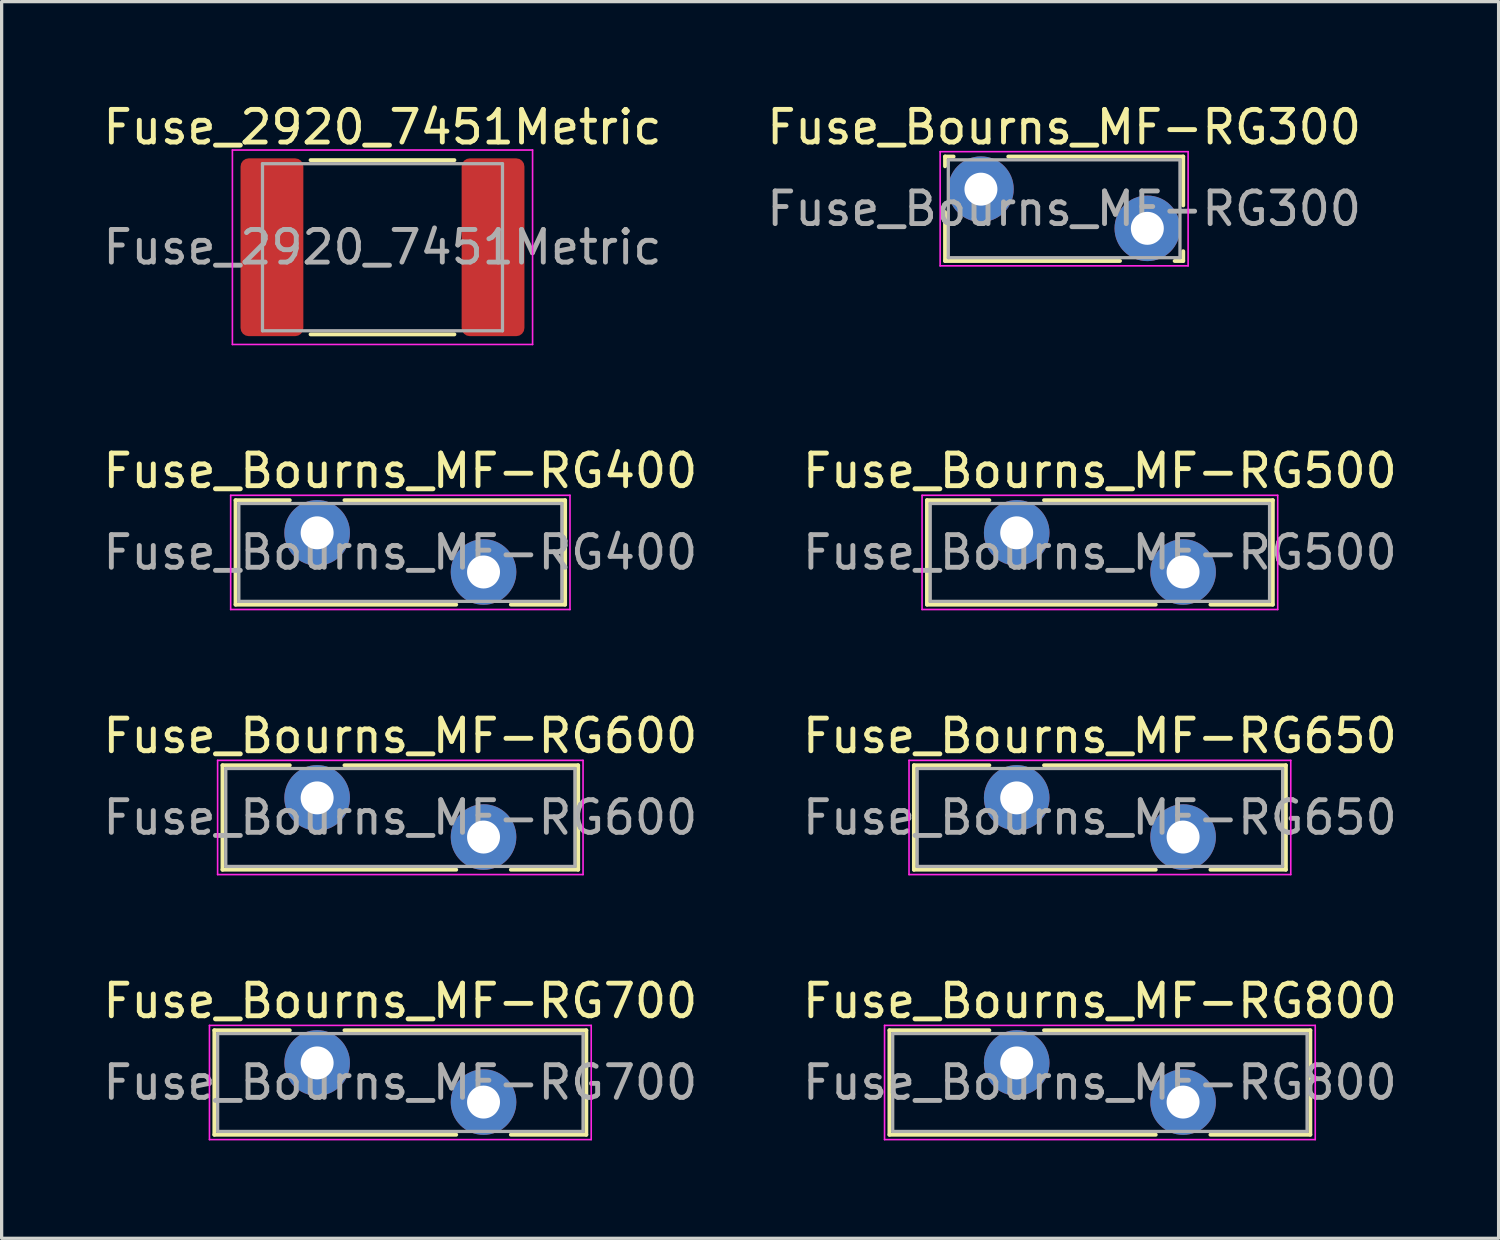
<source format=kicad_pcb>
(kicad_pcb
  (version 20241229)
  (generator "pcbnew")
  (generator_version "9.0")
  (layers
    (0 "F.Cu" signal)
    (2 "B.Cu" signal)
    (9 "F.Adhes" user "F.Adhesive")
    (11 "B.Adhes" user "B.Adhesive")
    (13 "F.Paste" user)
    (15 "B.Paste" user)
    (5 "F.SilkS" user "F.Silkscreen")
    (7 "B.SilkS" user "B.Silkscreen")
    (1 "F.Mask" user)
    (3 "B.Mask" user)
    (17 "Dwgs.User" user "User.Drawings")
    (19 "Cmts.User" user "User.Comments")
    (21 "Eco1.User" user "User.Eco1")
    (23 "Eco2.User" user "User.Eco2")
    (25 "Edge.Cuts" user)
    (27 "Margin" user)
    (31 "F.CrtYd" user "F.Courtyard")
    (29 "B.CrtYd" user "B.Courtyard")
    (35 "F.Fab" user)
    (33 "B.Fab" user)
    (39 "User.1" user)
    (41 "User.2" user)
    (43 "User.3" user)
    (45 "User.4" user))
  (footprint "Fuse_Bourns_MF-RG500"
    (layer "F.Cu")
    (at 28.111 13.281)
    (property "Reference" "Fuse_Bourns_MF-RG500" (at 2.55 -1.9 0) (layer "F.SilkS") (effects (font (size 1 1) (thickness 0.15))))
    (attr through_hole)
    (fp_line (start -2.75 -1) (end -0.838 -1) (stroke (width 0.12) (type solid)) (layer "F.SilkS"))
    (fp_line (start -2.75 2.2) (end -2.75 -1) (stroke (width 0.12) (type solid)) (layer "F.SilkS"))
    (fp_line (start 0.838 -1) (end 7.85 -1) (stroke (width 0.12) (type solid)) (layer "F.SilkS"))
    (fp_line (start 4.262 2.2) (end -2.75 2.2) (stroke (width 0.12) (type solid)) (layer "F.SilkS"))
    (fp_line (start 7.85 -1) (end 7.85 2.2) (stroke (width 0.12) (type solid)) (layer "F.SilkS"))
    (fp_line (start 7.85 2.2) (end 5.938 2.2) (stroke (width 0.12) (type solid)) (layer "F.SilkS"))
    (fp_line (start -2.9 -1.15) (end -2.9 2.35) (stroke (width 0.05) (type solid)) (layer "F.CrtYd"))
    (fp_line (start -2.9 2.35) (end 8 2.35) (stroke (width 0.05) (type solid)) (layer "F.CrtYd"))
    (fp_line (start 8 -1.15) (end -2.9 -1.15) (stroke (width 0.05) (type solid)) (layer "F.CrtYd"))
    (fp_line (start 8 2.35) (end 8 -1.15) (stroke (width 0.05) (type solid)) (layer "F.CrtYd"))
    (fp_line (start -2.65 -0.9) (end -2.65 2.1) (stroke (width 0.1) (type solid)) (layer "F.Fab"))
    (fp_line (start -2.65 2.1) (end 7.75 2.1) (stroke (width 0.1) (type solid)) (layer "F.Fab"))
    (fp_line (start 7.75 -0.9) (end -2.65 -0.9) (stroke (width 0.1) (type solid)) (layer "F.Fab"))
    (fp_line (start 7.75 2.1) (end 7.75 -0.9) (stroke (width 0.1) (type solid)) (layer "F.Fab"))
    (fp_text user "${REFERENCE}" (at 2.55 0.6 0) (layer "F.Fab") (effects (font (size 1 1) (thickness 0.15))))
    (pad "1" thru_hole circle (at 0 0) (size 2.01 2.01) (drill 1.01) (layers "*.Cu" "*.Mask"))
    (pad "2" thru_hole circle (at 5.1 1.2) (size 2.01 2.01) (drill 1.01) (layers "*.Cu" "*.Mask")))
  (footprint "Fuse_Bourns_MF-RG700"
    (layer "F.Cu")
    (at 6.67 29.528)
    (property "Reference" "Fuse_Bourns_MF-RG700" (at 2.55 -1.9 0) (layer "F.SilkS") (effects (font (size 1 1) (thickness 0.15))))
    (attr through_hole)
    (fp_line (start -3.15 -1) (end -0.838 -1) (stroke (width 0.12) (type solid)) (layer "F.SilkS"))
    (fp_line (start -3.15 2.2) (end -3.15 -1) (stroke (width 0.12) (type solid)) (layer "F.SilkS"))
    (fp_line (start 0.838 -1) (end 8.25 -1) (stroke (width 0.12) (type solid)) (layer "F.SilkS"))
    (fp_line (start 4.262 2.2) (end -3.15 2.2) (stroke (width 0.12) (type solid)) (layer "F.SilkS"))
    (fp_line (start 8.25 -1) (end 8.25 2.2) (stroke (width 0.12) (type solid)) (layer "F.SilkS"))
    (fp_line (start 8.25 2.2) (end 5.938 2.2) (stroke (width 0.12) (type solid)) (layer "F.SilkS"))
    (fp_line (start -3.3 -1.15) (end -3.3 2.35) (stroke (width 0.05) (type solid)) (layer "F.CrtYd"))
    (fp_line (start -3.3 2.35) (end 8.4 2.35) (stroke (width 0.05) (type solid)) (layer "F.CrtYd"))
    (fp_line (start 8.4 -1.15) (end -3.3 -1.15) (stroke (width 0.05) (type solid)) (layer "F.CrtYd"))
    (fp_line (start 8.4 2.35) (end 8.4 -1.15) (stroke (width 0.05) (type solid)) (layer "F.CrtYd"))
    (fp_line (start -3.05 -0.9) (end -3.05 2.1) (stroke (width 0.1) (type solid)) (layer "F.Fab"))
    (fp_line (start -3.05 2.1) (end 8.15 2.1) (stroke (width 0.1) (type solid)) (layer "F.Fab"))
    (fp_line (start 8.15 -0.9) (end -3.05 -0.9) (stroke (width 0.1) (type solid)) (layer "F.Fab"))
    (fp_line (start 8.15 2.1) (end 8.15 -0.9) (stroke (width 0.1) (type solid)) (layer "F.Fab"))
    (fp_text user "${REFERENCE}" (at 2.55 0.6 0) (layer "F.Fab") (effects (font (size 1 1) (thickness 0.15))))
    (pad "1" thru_hole circle (at 0 0) (size 2.01 2.01) (drill 1.01) (layers "*.Cu" "*.Mask"))
    (pad "2" thru_hole circle (at 5.1 1.2) (size 2.01 2.01) (drill 1.01) (layers "*.Cu" "*.Mask")))
  (footprint "Fuse_Bourns_MF-RG600"
    (layer "F.Cu")
    (at 6.67 21.405)
    (property "Reference" "Fuse_Bourns_MF-RG600" (at 2.55 -1.9 0) (layer "F.SilkS") (effects (font (size 1 1) (thickness 0.15))))
    (attr through_hole)
    (fp_line (start -2.9 -1) (end -0.838 -1) (stroke (width 0.12) (type solid)) (layer "F.SilkS"))
    (fp_line (start -2.9 2.2) (end -2.9 -1) (stroke (width 0.12) (type solid)) (layer "F.SilkS"))
    (fp_line (start 0.838 -1) (end 8 -1) (stroke (width 0.12) (type solid)) (layer "F.SilkS"))
    (fp_line (start 4.262 2.2) (end -2.9 2.2) (stroke (width 0.12) (type solid)) (layer "F.SilkS"))
    (fp_line (start 8 -1) (end 8 2.2) (stroke (width 0.12) (type solid)) (layer "F.SilkS"))
    (fp_line (start 8 2.2) (end 5.938 2.2) (stroke (width 0.12) (type solid)) (layer "F.SilkS"))
    (fp_line (start -3.05 -1.15) (end -3.05 2.35) (stroke (width 0.05) (type solid)) (layer "F.CrtYd"))
    (fp_line (start -3.05 2.35) (end 8.15 2.35) (stroke (width 0.05) (type solid)) (layer "F.CrtYd"))
    (fp_line (start 8.15 -1.15) (end -3.05 -1.15) (stroke (width 0.05) (type solid)) (layer "F.CrtYd"))
    (fp_line (start 8.15 2.35) (end 8.15 -1.15) (stroke (width 0.05) (type solid)) (layer "F.CrtYd"))
    (fp_line (start -2.8 -0.9) (end -2.8 2.1) (stroke (width 0.1) (type solid)) (layer "F.Fab"))
    (fp_line (start -2.8 2.1) (end 7.9 2.1) (stroke (width 0.1) (type solid)) (layer "F.Fab"))
    (fp_line (start 7.9 -0.9) (end -2.8 -0.9) (stroke (width 0.1) (type solid)) (layer "F.Fab"))
    (fp_line (start 7.9 2.1) (end 7.9 -0.9) (stroke (width 0.1) (type solid)) (layer "F.Fab"))
    (fp_text user "${REFERENCE}" (at 2.55 0.6 0) (layer "F.Fab") (effects (font (size 1 1) (thickness 0.15))))
    (pad "1" thru_hole circle (at 0 0) (size 2.01 2.01) (drill 1.01) (layers "*.Cu" "*.Mask"))
    (pad "2" thru_hole circle (at 5.1 1.2) (size 2.01 2.01) (drill 1.01) (layers "*.Cu" "*.Mask")))
  (footprint "Fuse_Bourns_MF-RG300"
    (layer "F.Cu")
    (at 27.015 2.748)
    (property "Reference" "Fuse_Bourns_MF-RG300" (at 2.55 -1.9 0) (layer "F.SilkS") (effects (font (size 1 1) (thickness 0.15))))
    (attr through_hole)
    (fp_line (start -1.1 -1) (end -0.838 -1) (stroke (width 0.12) (type solid)) (layer "F.SilkS"))
    (fp_line (start -1.1 -0.702) (end -1.1 -1) (stroke (width 0.12) (type solid)) (layer "F.SilkS"))
    (fp_line (start -1.1 2.2) (end -1.1 0.702) (stroke (width 0.12) (type solid)) (layer "F.SilkS"))
    (fp_line (start 0.838 -1) (end 6.2 -1) (stroke (width 0.12) (type solid)) (layer "F.SilkS"))
    (fp_line (start 4.262 2.2) (end -1.1 2.2) (stroke (width 0.12) (type solid)) (layer "F.SilkS"))
    (fp_line (start 6.2 -1) (end 6.2 0.498) (stroke (width 0.12) (type solid)) (layer "F.SilkS"))
    (fp_line (start 6.2 1.902) (end 6.2 2.2) (stroke (width 0.12) (type solid)) (layer "F.SilkS"))
    (fp_line (start 6.2 2.2) (end 5.938 2.2) (stroke (width 0.12) (type solid)) (layer "F.SilkS"))
    (fp_line (start -1.25 -1.15) (end -1.25 2.35) (stroke (width 0.05) (type solid)) (layer "F.CrtYd"))
    (fp_line (start -1.25 2.35) (end 6.35 2.35) (stroke (width 0.05) (type solid)) (layer "F.CrtYd"))
    (fp_line (start 6.35 -1.15) (end -1.25 -1.15) (stroke (width 0.05) (type solid)) (layer "F.CrtYd"))
    (fp_line (start 6.35 2.35) (end 6.35 -1.15) (stroke (width 0.05) (type solid)) (layer "F.CrtYd"))
    (fp_line (start -1 -0.9) (end -1 2.1) (stroke (width 0.1) (type solid)) (layer "F.Fab"))
    (fp_line (start -1 2.1) (end 6.1 2.1) (stroke (width 0.1) (type solid)) (layer "F.Fab"))
    (fp_line (start 6.1 -0.9) (end -1 -0.9) (stroke (width 0.1) (type solid)) (layer "F.Fab"))
    (fp_line (start 6.1 2.1) (end 6.1 -0.9) (stroke (width 0.1) (type solid)) (layer "F.Fab"))
    (fp_text user "${REFERENCE}" (at 2.55 0.6 0) (layer "F.Fab") (effects (font (size 1 1) (thickness 0.15))))
    (pad "1" thru_hole circle (at 0 0) (size 2.01 2.01) (drill 1.01) (layers "*.Cu" "*.Mask"))
    (pad "2" thru_hole circle (at 5.1 1.2) (size 2.01 2.01) (drill 1.01) (layers "*.Cu" "*.Mask")))
  (footprint "Fuse_Bourns_MF-RG800"
    (layer "F.Cu")
    (at 28.111 29.528)
    (property "Reference" "Fuse_Bourns_MF-RG800" (at 2.55 -1.9 0) (layer "F.SilkS") (effects (font (size 1 1) (thickness 0.15))))
    (attr through_hole)
    (fp_line (start -3.9 -1) (end -0.838 -1) (stroke (width 0.12) (type solid)) (layer "F.SilkS"))
    (fp_line (start -3.9 2.2) (end -3.9 -1) (stroke (width 0.12) (type solid)) (layer "F.SilkS"))
    (fp_line (start 0.838 -1) (end 9 -1) (stroke (width 0.12) (type solid)) (layer "F.SilkS"))
    (fp_line (start 4.262 2.2) (end -3.9 2.2) (stroke (width 0.12) (type solid)) (layer "F.SilkS"))
    (fp_line (start 9 -1) (end 9 2.2) (stroke (width 0.12) (type solid)) (layer "F.SilkS"))
    (fp_line (start 9 2.2) (end 5.938 2.2) (stroke (width 0.12) (type solid)) (layer "F.SilkS"))
    (fp_line (start -4.05 -1.15) (end -4.05 2.35) (stroke (width 0.05) (type solid)) (layer "F.CrtYd"))
    (fp_line (start -4.05 2.35) (end 9.15 2.35) (stroke (width 0.05) (type solid)) (layer "F.CrtYd"))
    (fp_line (start 9.15 -1.15) (end -4.05 -1.15) (stroke (width 0.05) (type solid)) (layer "F.CrtYd"))
    (fp_line (start 9.15 2.35) (end 9.15 -1.15) (stroke (width 0.05) (type solid)) (layer "F.CrtYd"))
    (fp_line (start -3.8 -0.9) (end -3.8 2.1) (stroke (width 0.1) (type solid)) (layer "F.Fab"))
    (fp_line (start -3.8 2.1) (end 8.9 2.1) (stroke (width 0.1) (type solid)) (layer "F.Fab"))
    (fp_line (start 8.9 -0.9) (end -3.8 -0.9) (stroke (width 0.1) (type solid)) (layer "F.Fab"))
    (fp_line (start 8.9 2.1) (end 8.9 -0.9) (stroke (width 0.1) (type solid)) (layer "F.Fab"))
    (fp_text user "${REFERENCE}" (at 2.55 0.6 0) (layer "F.Fab") (effects (font (size 1 1) (thickness 0.15))))
    (pad "1" thru_hole circle (at 0 0) (size 2.01 2.01) (drill 1.01) (layers "*.Cu" "*.Mask"))
    (pad "2" thru_hole circle (at 5.1 1.2) (size 2.01 2.01) (drill 1.01) (layers "*.Cu" "*.Mask")))
  (footprint "Fuse_Bourns_MF-RG400"
    (layer "F.Cu")
    (at 6.67 13.281)
    (property "Reference" "Fuse_Bourns_MF-RG400" (at 2.55 -1.9 0) (layer "F.SilkS") (effects (font (size 1 1) (thickness 0.15))))
    (attr through_hole)
    (fp_line (start -2.5 -1) (end -0.838 -1) (stroke (width 0.12) (type solid)) (layer "F.SilkS"))
    (fp_line (start -2.5 2.2) (end -2.5 -1) (stroke (width 0.12) (type solid)) (layer "F.SilkS"))
    (fp_line (start 0.838 -1) (end 7.6 -1) (stroke (width 0.12) (type solid)) (layer "F.SilkS"))
    (fp_line (start 4.262 2.2) (end -2.5 2.2) (stroke (width 0.12) (type solid)) (layer "F.SilkS"))
    (fp_line (start 7.6 -1) (end 7.6 2.2) (stroke (width 0.12) (type solid)) (layer "F.SilkS"))
    (fp_line (start 7.6 2.2) (end 5.938 2.2) (stroke (width 0.12) (type solid)) (layer "F.SilkS"))
    (fp_line (start -2.65 -1.15) (end -2.65 2.35) (stroke (width 0.05) (type solid)) (layer "F.CrtYd"))
    (fp_line (start -2.65 2.35) (end 7.75 2.35) (stroke (width 0.05) (type solid)) (layer "F.CrtYd"))
    (fp_line (start 7.75 -1.15) (end -2.65 -1.15) (stroke (width 0.05) (type solid)) (layer "F.CrtYd"))
    (fp_line (start 7.75 2.35) (end 7.75 -1.15) (stroke (width 0.05) (type solid)) (layer "F.CrtYd"))
    (fp_line (start -2.4 -0.9) (end -2.4 2.1) (stroke (width 0.1) (type solid)) (layer "F.Fab"))
    (fp_line (start -2.4 2.1) (end 7.5 2.1) (stroke (width 0.1) (type solid)) (layer "F.Fab"))
    (fp_line (start 7.5 -0.9) (end -2.4 -0.9) (stroke (width 0.1) (type solid)) (layer "F.Fab"))
    (fp_line (start 7.5 2.1) (end 7.5 -0.9) (stroke (width 0.1) (type solid)) (layer "F.Fab"))
    (fp_text user "${REFERENCE}" (at 2.55 0.6 0) (layer "F.Fab") (effects (font (size 1 1) (thickness 0.15))))
    (pad "1" thru_hole circle (at 0 0) (size 2.01 2.01) (drill 1.01) (layers "*.Cu" "*.Mask"))
    (pad "2" thru_hole circle (at 5.1 1.2) (size 2.01 2.01) (drill 1.01) (layers "*.Cu" "*.Mask")))
  (footprint "Fuse_2920_7451Metric"
    (layer "F.Cu")
    (at 8.673 4.528)
    (property "Reference" "Fuse_2920_7451Metric" (at 0 -3.68 0) (layer "F.SilkS") (effects (font (size 1 1) (thickness 0.15))))
    (attr smd)
    (fp_line (start -2.204 -2.67) (end 2.204 -2.67) (stroke (width 0.12) (type solid)) (layer "F.SilkS"))
    (fp_line (start -2.204 2.67) (end 2.204 2.67) (stroke (width 0.12) (type solid)) (layer "F.SilkS"))
    (fp_line (start -4.6 -2.98) (end 4.6 -2.98) (stroke (width 0.05) (type solid)) (layer "F.CrtYd"))
    (fp_line (start -4.6 2.98) (end -4.6 -2.98) (stroke (width 0.05) (type solid)) (layer "F.CrtYd"))
    (fp_line (start 4.6 -2.98) (end 4.6 2.98) (stroke (width 0.05) (type solid)) (layer "F.CrtYd"))
    (fp_line (start 4.6 2.98) (end -4.6 2.98) (stroke (width 0.05) (type solid)) (layer "F.CrtYd"))
    (fp_line (start -3.678 -2.56) (end 3.678 -2.56) (stroke (width 0.1) (type solid)) (layer "F.Fab"))
    (fp_line (start -3.678 2.56) (end -3.678 -2.56) (stroke (width 0.1) (type solid)) (layer "F.Fab"))
    (fp_line (start 3.678 -2.56) (end 3.678 2.56) (stroke (width 0.1) (type solid)) (layer "F.Fab"))
    (fp_line (start 3.678 2.56) (end -3.678 2.56) (stroke (width 0.1) (type solid)) (layer "F.Fab"))
    (fp_text user "${REFERENCE}" (at 0 0 0) (layer "F.Fab") (effects (font (size 1 1) (thickness 0.15))))
    (pad "1" smd roundrect (at -3.388 0) (size 1.925 5.45) (layers "F.Cu" "F.Mask" "F.Paste") (roundrect_rratio 0.13))
    (pad "2" smd roundrect (at 3.388 0) (size 1.925 5.45) (layers "F.Cu" "F.Mask" "F.Paste") (roundrect_rratio 0.13)))
  (footprint "Fuse_Bourns_MF-RG650"
    (layer "F.Cu")
    (at 28.111 21.405)
    (property "Reference" "Fuse_Bourns_MF-RG650" (at 2.55 -1.9 0) (layer "F.SilkS") (effects (font (size 1 1) (thickness 0.15))))
    (attr through_hole)
    (fp_line (start -3.15 -1) (end -0.838 -1) (stroke (width 0.12) (type solid)) (layer "F.SilkS"))
    (fp_line (start -3.15 2.2) (end -3.15 -1) (stroke (width 0.12) (type solid)) (layer "F.SilkS"))
    (fp_line (start 0.838 -1) (end 8.25 -1) (stroke (width 0.12) (type solid)) (layer "F.SilkS"))
    (fp_line (start 4.262 2.2) (end -3.15 2.2) (stroke (width 0.12) (type solid)) (layer "F.SilkS"))
    (fp_line (start 8.25 -1) (end 8.25 2.2) (stroke (width 0.12) (type solid)) (layer "F.SilkS"))
    (fp_line (start 8.25 2.2) (end 5.938 2.2) (stroke (width 0.12) (type solid)) (layer "F.SilkS"))
    (fp_line (start -3.3 -1.15) (end -3.3 2.35) (stroke (width 0.05) (type solid)) (layer "F.CrtYd"))
    (fp_line (start -3.3 2.35) (end 8.4 2.35) (stroke (width 0.05) (type solid)) (layer "F.CrtYd"))
    (fp_line (start 8.4 -1.15) (end -3.3 -1.15) (stroke (width 0.05) (type solid)) (layer "F.CrtYd"))
    (fp_line (start 8.4 2.35) (end 8.4 -1.15) (stroke (width 0.05) (type solid)) (layer "F.CrtYd"))
    (fp_line (start -3.05 -0.9) (end -3.05 2.1) (stroke (width 0.1) (type solid)) (layer "F.Fab"))
    (fp_line (start -3.05 2.1) (end 8.15 2.1) (stroke (width 0.1) (type solid)) (layer "F.Fab"))
    (fp_line (start 8.15 -0.9) (end -3.05 -0.9) (stroke (width 0.1) (type solid)) (layer "F.Fab"))
    (fp_line (start 8.15 2.1) (end 8.15 -0.9) (stroke (width 0.1) (type solid)) (layer "F.Fab"))
    (fp_text user "${REFERENCE}" (at 2.55 0.6 0) (layer "F.Fab") (effects (font (size 1 1) (thickness 0.15))))
    (pad "1" thru_hole circle (at 0 0) (size 2.01 2.01) (drill 1.01) (layers "*.Cu" "*.Mask"))
    (pad "2" thru_hole circle (at 5.1 1.2) (size 2.01 2.01) (drill 1.01) (layers "*.Cu" "*.Mask")))
  (gr_rect
    (start -3 -3)
    (end 42.881 34.903)
    (stroke (width 0.1) (type default))
    (fill no)
    (layer "Edge.Cuts")))
</source>
